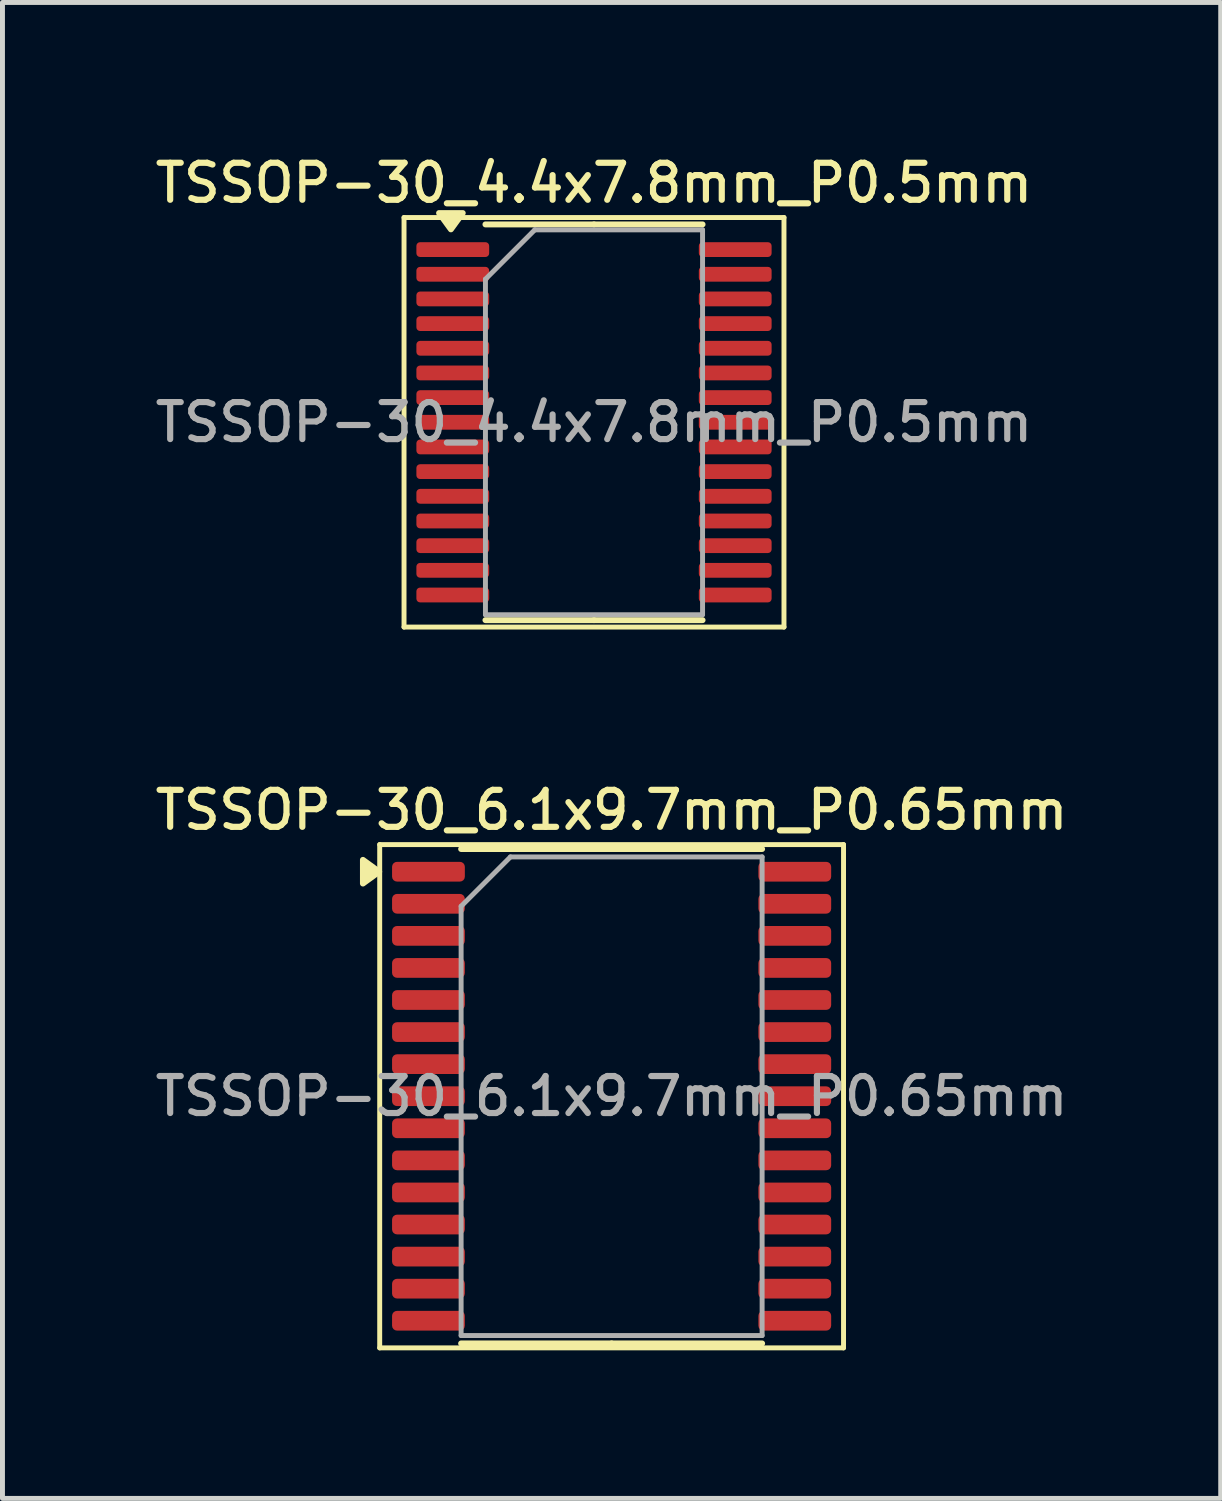
<source format=kicad_pcb>
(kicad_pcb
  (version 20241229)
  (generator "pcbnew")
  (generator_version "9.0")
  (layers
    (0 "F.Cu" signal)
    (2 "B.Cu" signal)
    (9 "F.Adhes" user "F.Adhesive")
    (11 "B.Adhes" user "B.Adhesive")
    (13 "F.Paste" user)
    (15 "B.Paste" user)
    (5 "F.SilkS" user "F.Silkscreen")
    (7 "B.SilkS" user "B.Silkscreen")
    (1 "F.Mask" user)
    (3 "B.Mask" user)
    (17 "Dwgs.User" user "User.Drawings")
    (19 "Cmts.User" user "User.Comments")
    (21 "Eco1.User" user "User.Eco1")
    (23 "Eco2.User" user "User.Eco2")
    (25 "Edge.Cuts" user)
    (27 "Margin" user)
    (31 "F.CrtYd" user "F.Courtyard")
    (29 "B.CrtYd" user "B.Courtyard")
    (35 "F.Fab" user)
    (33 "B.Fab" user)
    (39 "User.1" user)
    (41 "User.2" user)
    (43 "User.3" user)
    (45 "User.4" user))
  (footprint "TSSOP-30_4.4x7.8mm_P0.5mm"
    (layer "F.Cu")
    (at 8.988 5.508)
    (property "Reference" "TSSOP-30_4.4x7.8mm_P0.5mm" (at 0 -4.85 0) (layer "F.SilkS") (effects (font (size 0.75 0.75) (thickness 0.125))))
    (attr smd)
    (fp_line (start -3.85 -4.15) (end -3.85 4.15) (stroke (width 0.1) (type solid)) (layer "F.SilkS"))
    (fp_line (start -3.85 4.15) (end 3.85 4.15) (stroke (width 0.1) (type solid)) (layer "F.SilkS"))
    (fp_line (start 0 -4.01) (end -2.2 -4.01) (stroke (width 0.12) (type solid)) (layer "F.SilkS"))
    (fp_line (start 0 -4.01) (end 2.2 -4.01) (stroke (width 0.12) (type solid)) (layer "F.SilkS"))
    (fp_line (start 0 4.01) (end -2.2 4.01) (stroke (width 0.12) (type solid)) (layer "F.SilkS"))
    (fp_line (start 0 4.01) (end 2.2 4.01) (stroke (width 0.12) (type solid)) (layer "F.SilkS"))
    (fp_line (start 3.85 -4.15) (end -3.85 -4.15) (stroke (width 0.1) (type solid)) (layer "F.SilkS"))
    (fp_line (start 3.85 4.15) (end 3.85 -4.15) (stroke (width 0.1) (type solid)) (layer "F.SilkS"))
    (fp_poly (pts (xy -2.9 -3.91) (xy -3.14 -4.24) (xy -2.66 -4.24) (xy -2.9 -3.91)) (stroke (width 0.12) (type solid)) (fill yes) (layer "F.SilkS"))
    (fp_line (start -2.2 -2.9) (end -1.2 -3.9) (stroke (width 0.1) (type solid)) (layer "F.Fab"))
    (fp_line (start -2.2 3.9) (end -2.2 -2.9) (stroke (width 0.1) (type solid)) (layer "F.Fab"))
    (fp_line (start -1.2 -3.9) (end 2.2 -3.9) (stroke (width 0.1) (type solid)) (layer "F.Fab"))
    (fp_line (start 2.2 -3.9) (end 2.2 3.9) (stroke (width 0.1) (type solid)) (layer "F.Fab"))
    (fp_line (start 2.2 3.9) (end -2.2 3.9) (stroke (width 0.1) (type solid)) (layer "F.Fab"))
    (fp_text user "${REFERENCE}" (at 0 0 0) (layer "F.Fab") (effects (font (size 0.75 0.75) (thickness 0.125))))
    (pad "1" smd roundrect (at -2.862 -3.5) (size 1.475 0.3) (layers "F.Cu" "F.Mask" "F.Paste") (roundrect_rratio 0.25))
    (pad "2" smd roundrect (at -2.862 -3) (size 1.475 0.3) (layers "F.Cu" "F.Mask" "F.Paste") (roundrect_rratio 0.25))
    (pad "3" smd roundrect (at -2.862 -2.5) (size 1.475 0.3) (layers "F.Cu" "F.Mask" "F.Paste") (roundrect_rratio 0.25))
    (pad "4" smd roundrect (at -2.862 -2) (size 1.475 0.3) (layers "F.Cu" "F.Mask" "F.Paste") (roundrect_rratio 0.25))
    (pad "5" smd roundrect (at -2.862 -1.5) (size 1.475 0.3) (layers "F.Cu" "F.Mask" "F.Paste") (roundrect_rratio 0.25))
    (pad "6" smd roundrect (at -2.862 -1) (size 1.475 0.3) (layers "F.Cu" "F.Mask" "F.Paste") (roundrect_rratio 0.25))
    (pad "7" smd roundrect (at -2.862 -0.5) (size 1.475 0.3) (layers "F.Cu" "F.Mask" "F.Paste") (roundrect_rratio 0.25))
    (pad "8" smd roundrect (at -2.862 0) (size 1.475 0.3) (layers "F.Cu" "F.Mask" "F.Paste") (roundrect_rratio 0.25))
    (pad "9" smd roundrect (at -2.862 0.5) (size 1.475 0.3) (layers "F.Cu" "F.Mask" "F.Paste") (roundrect_rratio 0.25))
    (pad "10" smd roundrect (at -2.862 1) (size 1.475 0.3) (layers "F.Cu" "F.Mask" "F.Paste") (roundrect_rratio 0.25))
    (pad "11" smd roundrect (at -2.862 1.5) (size 1.475 0.3) (layers "F.Cu" "F.Mask" "F.Paste") (roundrect_rratio 0.25))
    (pad "12" smd roundrect (at -2.862 2) (size 1.475 0.3) (layers "F.Cu" "F.Mask" "F.Paste") (roundrect_rratio 0.25))
    (pad "13" smd roundrect (at -2.862 2.5) (size 1.475 0.3) (layers "F.Cu" "F.Mask" "F.Paste") (roundrect_rratio 0.25))
    (pad "14" smd roundrect (at -2.862 3) (size 1.475 0.3) (layers "F.Cu" "F.Mask" "F.Paste") (roundrect_rratio 0.25))
    (pad "15" smd roundrect (at -2.862 3.5) (size 1.475 0.3) (layers "F.Cu" "F.Mask" "F.Paste") (roundrect_rratio 0.25))
    (pad "16" smd roundrect (at 2.862 3.5) (size 1.475 0.3) (layers "F.Cu" "F.Mask" "F.Paste") (roundrect_rratio 0.25))
    (pad "17" smd roundrect (at 2.862 3) (size 1.475 0.3) (layers "F.Cu" "F.Mask" "F.Paste") (roundrect_rratio 0.25))
    (pad "18" smd roundrect (at 2.862 2.5) (size 1.475 0.3) (layers "F.Cu" "F.Mask" "F.Paste") (roundrect_rratio 0.25))
    (pad "19" smd roundrect (at 2.862 2) (size 1.475 0.3) (layers "F.Cu" "F.Mask" "F.Paste") (roundrect_rratio 0.25))
    (pad "20" smd roundrect (at 2.862 1.5) (size 1.475 0.3) (layers "F.Cu" "F.Mask" "F.Paste") (roundrect_rratio 0.25))
    (pad "21" smd roundrect (at 2.862 1) (size 1.475 0.3) (layers "F.Cu" "F.Mask" "F.Paste") (roundrect_rratio 0.25))
    (pad "22" smd roundrect (at 2.862 0.5) (size 1.475 0.3) (layers "F.Cu" "F.Mask" "F.Paste") (roundrect_rratio 0.25))
    (pad "23" smd roundrect (at 2.862 0) (size 1.475 0.3) (layers "F.Cu" "F.Mask" "F.Paste") (roundrect_rratio 0.25))
    (pad "24" smd roundrect (at 2.862 -0.5) (size 1.475 0.3) (layers "F.Cu" "F.Mask" "F.Paste") (roundrect_rratio 0.25))
    (pad "25" smd roundrect (at 2.862 -1) (size 1.475 0.3) (layers "F.Cu" "F.Mask" "F.Paste") (roundrect_rratio 0.25))
    (pad "26" smd roundrect (at 2.862 -1.5) (size 1.475 0.3) (layers "F.Cu" "F.Mask" "F.Paste") (roundrect_rratio 0.25))
    (pad "27" smd roundrect (at 2.862 -2) (size 1.475 0.3) (layers "F.Cu" "F.Mask" "F.Paste") (roundrect_rratio 0.25))
    (pad "28" smd roundrect (at 2.862 -2.5) (size 1.475 0.3) (layers "F.Cu" "F.Mask" "F.Paste") (roundrect_rratio 0.25))
    (pad "29" smd roundrect (at 2.862 -3) (size 1.475 0.3) (layers "F.Cu" "F.Mask" "F.Paste") (roundrect_rratio 0.25))
    (pad "30" smd roundrect (at 2.862 -3.5) (size 1.475 0.3) (layers "F.Cu" "F.Mask" "F.Paste") (roundrect_rratio 0.25)))
  (footprint "TSSOP-30_6.1x9.7mm_P0.65mm"
    (layer "F.Cu")
    (at 9.345 19.166)
    (property "Reference" "TSSOP-30_6.1x9.7mm_P0.65mm" (at 0 -5.8 0) (layer "F.SilkS") (effects (font (size 0.75 0.75) (thickness 0.125))))
    (attr smd)
    (fp_line (start -4.7 -5.1) (end -4.7 5.1) (stroke (width 0.1) (type solid)) (layer "F.SilkS"))
    (fp_line (start -4.7 5.1) (end 4.7 5.1) (stroke (width 0.1) (type solid)) (layer "F.SilkS"))
    (fp_line (start 0 -5.01) (end -3.05 -5.01) (stroke (width 0.12) (type solid)) (layer "F.SilkS"))
    (fp_line (start 0 -5.01) (end 3.05 -5.01) (stroke (width 0.12) (type solid)) (layer "F.SilkS"))
    (fp_line (start 0 5.01) (end -3.05 5.01) (stroke (width 0.12) (type solid)) (layer "F.SilkS"))
    (fp_line (start 0 5.01) (end 3.05 5.01) (stroke (width 0.12) (type solid)) (layer "F.SilkS"))
    (fp_line (start 4.7 -5.1) (end -4.7 -5.1) (stroke (width 0.1) (type solid)) (layer "F.SilkS"))
    (fp_line (start 4.7 5.1) (end 4.7 -5.1) (stroke (width 0.1) (type solid)) (layer "F.SilkS"))
    (fp_poly (pts (xy -4.71 -4.55) (xy -5.04 -4.79) (xy -5.04 -4.31) (xy -4.71 -4.55)) (stroke (width 0.12) (type solid)) (fill yes) (layer "F.SilkS"))
    (fp_line (start -3.05 -3.85) (end -2.05 -4.85) (stroke (width 0.1) (type solid)) (layer "F.Fab"))
    (fp_line (start -3.05 4.85) (end -3.05 -3.85) (stroke (width 0.1) (type solid)) (layer "F.Fab"))
    (fp_line (start -2.05 -4.85) (end 3.05 -4.85) (stroke (width 0.1) (type solid)) (layer "F.Fab"))
    (fp_line (start 3.05 -4.85) (end 3.05 4.85) (stroke (width 0.1) (type solid)) (layer "F.Fab"))
    (fp_line (start 3.05 4.85) (end -3.05 4.85) (stroke (width 0.1) (type solid)) (layer "F.Fab"))
    (fp_text user "${REFERENCE}" (at 0 0 0) (layer "F.Fab") (effects (font (size 0.75 0.75) (thickness 0.125))))
    (pad "1" smd roundrect (at -3.712 -4.55) (size 1.475 0.4) (layers "F.Cu" "F.Mask" "F.Paste") (roundrect_rratio 0.25))
    (pad "2" smd roundrect (at -3.712 -3.9) (size 1.475 0.4) (layers "F.Cu" "F.Mask" "F.Paste") (roundrect_rratio 0.25))
    (pad "3" smd roundrect (at -3.712 -3.25) (size 1.475 0.4) (layers "F.Cu" "F.Mask" "F.Paste") (roundrect_rratio 0.25))
    (pad "4" smd roundrect (at -3.712 -2.6) (size 1.475 0.4) (layers "F.Cu" "F.Mask" "F.Paste") (roundrect_rratio 0.25))
    (pad "5" smd roundrect (at -3.712 -1.95) (size 1.475 0.4) (layers "F.Cu" "F.Mask" "F.Paste") (roundrect_rratio 0.25))
    (pad "6" smd roundrect (at -3.712 -1.3) (size 1.475 0.4) (layers "F.Cu" "F.Mask" "F.Paste") (roundrect_rratio 0.25))
    (pad "7" smd roundrect (at -3.712 -0.65) (size 1.475 0.4) (layers "F.Cu" "F.Mask" "F.Paste") (roundrect_rratio 0.25))
    (pad "8" smd roundrect (at -3.712 0) (size 1.475 0.4) (layers "F.Cu" "F.Mask" "F.Paste") (roundrect_rratio 0.25))
    (pad "9" smd roundrect (at -3.712 0.65) (size 1.475 0.4) (layers "F.Cu" "F.Mask" "F.Paste") (roundrect_rratio 0.25))
    (pad "10" smd roundrect (at -3.712 1.3) (size 1.475 0.4) (layers "F.Cu" "F.Mask" "F.Paste") (roundrect_rratio 0.25))
    (pad "11" smd roundrect (at -3.712 1.95) (size 1.475 0.4) (layers "F.Cu" "F.Mask" "F.Paste") (roundrect_rratio 0.25))
    (pad "12" smd roundrect (at -3.712 2.6) (size 1.475 0.4) (layers "F.Cu" "F.Mask" "F.Paste") (roundrect_rratio 0.25))
    (pad "13" smd roundrect (at -3.712 3.25) (size 1.475 0.4) (layers "F.Cu" "F.Mask" "F.Paste") (roundrect_rratio 0.25))
    (pad "14" smd roundrect (at -3.712 3.9) (size 1.475 0.4) (layers "F.Cu" "F.Mask" "F.Paste") (roundrect_rratio 0.25))
    (pad "15" smd roundrect (at -3.712 4.55) (size 1.475 0.4) (layers "F.Cu" "F.Mask" "F.Paste") (roundrect_rratio 0.25))
    (pad "16" smd roundrect (at 3.712 4.55) (size 1.475 0.4) (layers "F.Cu" "F.Mask" "F.Paste") (roundrect_rratio 0.25))
    (pad "17" smd roundrect (at 3.712 3.9) (size 1.475 0.4) (layers "F.Cu" "F.Mask" "F.Paste") (roundrect_rratio 0.25))
    (pad "18" smd roundrect (at 3.712 3.25) (size 1.475 0.4) (layers "F.Cu" "F.Mask" "F.Paste") (roundrect_rratio 0.25))
    (pad "19" smd roundrect (at 3.712 2.6) (size 1.475 0.4) (layers "F.Cu" "F.Mask" "F.Paste") (roundrect_rratio 0.25))
    (pad "20" smd roundrect (at 3.712 1.95) (size 1.475 0.4) (layers "F.Cu" "F.Mask" "F.Paste") (roundrect_rratio 0.25))
    (pad "21" smd roundrect (at 3.712 1.3) (size 1.475 0.4) (layers "F.Cu" "F.Mask" "F.Paste") (roundrect_rratio 0.25))
    (pad "22" smd roundrect (at 3.712 0.65) (size 1.475 0.4) (layers "F.Cu" "F.Mask" "F.Paste") (roundrect_rratio 0.25))
    (pad "23" smd roundrect (at 3.712 0) (size 1.475 0.4) (layers "F.Cu" "F.Mask" "F.Paste") (roundrect_rratio 0.25))
    (pad "24" smd roundrect (at 3.712 -0.65) (size 1.475 0.4) (layers "F.Cu" "F.Mask" "F.Paste") (roundrect_rratio 0.25))
    (pad "25" smd roundrect (at 3.712 -1.3) (size 1.475 0.4) (layers "F.Cu" "F.Mask" "F.Paste") (roundrect_rratio 0.25))
    (pad "26" smd roundrect (at 3.712 -1.95) (size 1.475 0.4) (layers "F.Cu" "F.Mask" "F.Paste") (roundrect_rratio 0.25))
    (pad "27" smd roundrect (at 3.712 -2.6) (size 1.475 0.4) (layers "F.Cu" "F.Mask" "F.Paste") (roundrect_rratio 0.25))
    (pad "28" smd roundrect (at 3.712 -3.25) (size 1.475 0.4) (layers "F.Cu" "F.Mask" "F.Paste") (roundrect_rratio 0.25))
    (pad "29" smd roundrect (at 3.712 -3.9) (size 1.475 0.4) (layers "F.Cu" "F.Mask" "F.Paste") (roundrect_rratio 0.25))
    (pad "30" smd roundrect (at 3.712 -4.55) (size 1.475 0.4) (layers "F.Cu" "F.Mask" "F.Paste") (roundrect_rratio 0.25)))
  (gr_rect
    (start -3 -3)
    (end 21.689 27.316)
    (stroke (width 0.1) (type default))
    (fill no)
    (layer "Edge.Cuts")))
</source>
